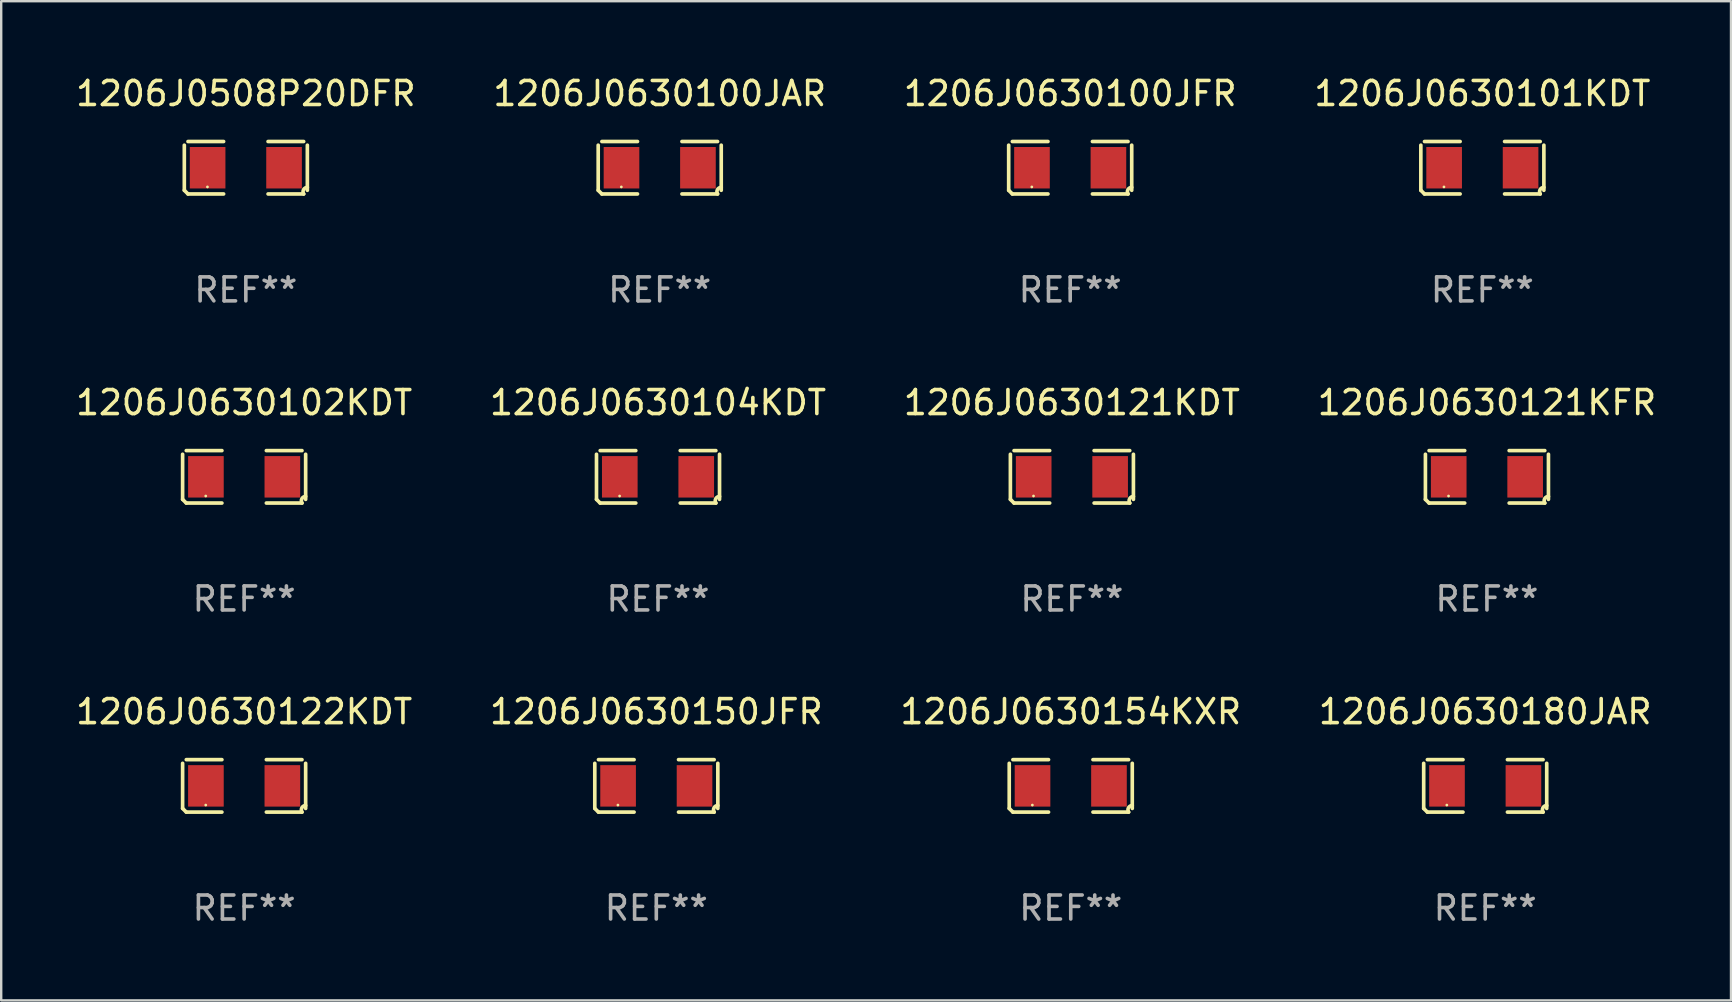
<source format=kicad_pcb>
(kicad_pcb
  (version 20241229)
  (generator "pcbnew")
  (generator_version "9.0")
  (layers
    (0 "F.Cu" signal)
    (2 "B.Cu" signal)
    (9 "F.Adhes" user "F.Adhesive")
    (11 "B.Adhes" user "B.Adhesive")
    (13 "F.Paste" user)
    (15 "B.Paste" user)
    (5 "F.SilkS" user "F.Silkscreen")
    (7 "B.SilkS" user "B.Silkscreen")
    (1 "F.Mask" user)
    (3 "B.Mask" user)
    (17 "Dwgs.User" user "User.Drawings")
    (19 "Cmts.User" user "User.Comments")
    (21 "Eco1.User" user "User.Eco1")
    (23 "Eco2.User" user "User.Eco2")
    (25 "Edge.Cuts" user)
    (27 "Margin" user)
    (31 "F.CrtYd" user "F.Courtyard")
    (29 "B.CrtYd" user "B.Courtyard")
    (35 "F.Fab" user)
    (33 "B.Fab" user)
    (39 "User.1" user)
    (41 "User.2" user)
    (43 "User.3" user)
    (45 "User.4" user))
  (footprint "1206J0630101KDT"
    (layer "F.Cu")
    (at 58.732 3.941)
    (property "Reference" "1206J0630101KDT" (at 0 -3.093 0) (layer "F.SilkS") (effects (font (size 1 1) (thickness 0.15))))
    (attr through_hole)
    (fp_line (start -2.564 0.94) (end -2.564 -0.94) (stroke (width 0.152) (type solid)) (layer "F.SilkS"))
    (fp_line (start -2.411 -1.093) (end -0.926 -1.093) (stroke (width 0.152) (type solid)) (layer "F.SilkS"))
    (fp_line (start -0.926 1.093) (end -2.411 1.093) (stroke (width 0.152) (type solid)) (layer "F.SilkS"))
    (fp_line (start 0.926 1.093) (end 2.411 1.093) (stroke (width 0.152) (type solid)) (layer "F.SilkS"))
    (fp_line (start 2.411 -1.093) (end 0.926 -1.093) (stroke (width 0.152) (type solid)) (layer "F.SilkS"))
    (fp_line (start 2.564 0.94) (end 2.564 -0.94) (stroke (width 0.152) (type solid)) (layer "F.SilkS"))
    (fp_arc (start -2.411201 1.092609) (mid -2.487413 1.01642) (end -2.563602 0.940208) (stroke (width 0.1524) (type solid)) (layer "F.SilkS"))
    (fp_arc (start 2.411201 1.092609) (mid 2.407159 0.911226) (end 2.563602 0.819347) (stroke (width 0.1524) (type solid)) (layer "F.SilkS"))
    (fp_circle (center -1.6 0.8) (end -1.57 0.8) (stroke (width 0.06) (type solid)) (fill no) (layer "F.SilkS"))
    (fp_text user "REF**" (at 0 5.093 0) (layer "F.Fab") (effects (font (size 1 1) (thickness 0.15))))
    (pad "1" smd rect (at -1.593 0) (size 1.485 1.728) (layers "F.Cu" "F.Mask" "F.Paste"))
    (pad "2" smd rect (at 1.593 0) (size 1.485 1.728) (layers "F.Cu" "F.Mask" "F.Paste")))
  (footprint "1206J0630104KDT"
    (layer "F.Cu")
    (at 24.375 16.823)
    (property "Reference" "1206J0630104KDT" (at 0 -3.093 0) (layer "F.SilkS") (effects (font (size 1 1) (thickness 0.15))))
    (attr through_hole)
    (fp_line (start -2.564 0.94) (end -2.564 -0.94) (stroke (width 0.152) (type solid)) (layer "F.SilkS"))
    (fp_line (start -2.411 -1.093) (end -0.926 -1.093) (stroke (width 0.152) (type solid)) (layer "F.SilkS"))
    (fp_line (start -0.926 1.093) (end -2.411 1.093) (stroke (width 0.152) (type solid)) (layer "F.SilkS"))
    (fp_line (start 0.926 1.093) (end 2.411 1.093) (stroke (width 0.152) (type solid)) (layer "F.SilkS"))
    (fp_line (start 2.411 -1.093) (end 0.926 -1.093) (stroke (width 0.152) (type solid)) (layer "F.SilkS"))
    (fp_line (start 2.564 0.94) (end 2.564 -0.94) (stroke (width 0.152) (type solid)) (layer "F.SilkS"))
    (fp_arc (start -2.411201 1.092609) (mid -2.487413 1.01642) (end -2.563602 0.940208) (stroke (width 0.1524) (type solid)) (layer "F.SilkS"))
    (fp_arc (start 2.411201 1.092609) (mid 2.407159 0.911226) (end 2.563602 0.819347) (stroke (width 0.1524) (type solid)) (layer "F.SilkS"))
    (fp_circle (center -1.6 0.8) (end -1.57 0.8) (stroke (width 0.06) (type solid)) (fill no) (layer "F.SilkS"))
    (fp_text user "REF**" (at 0 5.093 0) (layer "F.Fab") (effects (font (size 1 1) (thickness 0.15))))
    (pad "1" smd rect (at -1.593 0) (size 1.485 1.728) (layers "F.Cu" "F.Mask" "F.Paste"))
    (pad "2" smd rect (at 1.593 0) (size 1.485 1.728) (layers "F.Cu" "F.Mask" "F.Paste")))
  (footprint "1206J0630121KDT"
    (layer "F.Cu")
    (at 41.625 16.823)
    (property "Reference" "1206J0630121KDT" (at 0 -3.093 0) (layer "F.SilkS") (effects (font (size 1 1) (thickness 0.15))))
    (attr through_hole)
    (fp_line (start -2.564 0.94) (end -2.564 -0.94) (stroke (width 0.152) (type solid)) (layer "F.SilkS"))
    (fp_line (start -2.411 -1.093) (end -0.926 -1.093) (stroke (width 0.152) (type solid)) (layer "F.SilkS"))
    (fp_line (start -0.926 1.093) (end -2.411 1.093) (stroke (width 0.152) (type solid)) (layer "F.SilkS"))
    (fp_line (start 0.926 1.093) (end 2.411 1.093) (stroke (width 0.152) (type solid)) (layer "F.SilkS"))
    (fp_line (start 2.411 -1.093) (end 0.926 -1.093) (stroke (width 0.152) (type solid)) (layer "F.SilkS"))
    (fp_line (start 2.564 0.94) (end 2.564 -0.94) (stroke (width 0.152) (type solid)) (layer "F.SilkS"))
    (fp_arc (start -2.411201 1.092609) (mid -2.487413 1.01642) (end -2.563602 0.940208) (stroke (width 0.1524) (type solid)) (layer "F.SilkS"))
    (fp_arc (start 2.411201 1.092609) (mid 2.407159 0.911226) (end 2.563602 0.819347) (stroke (width 0.1524) (type solid)) (layer "F.SilkS"))
    (fp_circle (center -1.6 0.8) (end -1.57 0.8) (stroke (width 0.06) (type solid)) (fill no) (layer "F.SilkS"))
    (fp_text user "REF**" (at 0 5.093 0) (layer "F.Fab") (effects (font (size 1 1) (thickness 0.15))))
    (pad "1" smd rect (at -1.593 0) (size 1.485 1.728) (layers "F.Cu" "F.Mask" "F.Paste"))
    (pad "2" smd rect (at 1.593 0) (size 1.485 1.728) (layers "F.Cu" "F.Mask" "F.Paste")))
  (footprint "1206J0630100JAR"
    (layer "F.Cu")
    (at 24.446 3.941)
    (property "Reference" "1206J0630100JAR" (at 0 -3.093 0) (layer "F.SilkS") (effects (font (size 1 1) (thickness 0.15))))
    (attr through_hole)
    (fp_line (start -2.564 0.94) (end -2.564 -0.94) (stroke (width 0.152) (type solid)) (layer "F.SilkS"))
    (fp_line (start -2.411 -1.093) (end -0.926 -1.093) (stroke (width 0.152) (type solid)) (layer "F.SilkS"))
    (fp_line (start -0.926 1.093) (end -2.411 1.093) (stroke (width 0.152) (type solid)) (layer "F.SilkS"))
    (fp_line (start 0.926 1.093) (end 2.411 1.093) (stroke (width 0.152) (type solid)) (layer "F.SilkS"))
    (fp_line (start 2.411 -1.093) (end 0.926 -1.093) (stroke (width 0.152) (type solid)) (layer "F.SilkS"))
    (fp_line (start 2.564 0.94) (end 2.564 -0.94) (stroke (width 0.152) (type solid)) (layer "F.SilkS"))
    (fp_arc (start -2.411201 1.092609) (mid -2.487413 1.01642) (end -2.563602 0.940208) (stroke (width 0.1524) (type solid)) (layer "F.SilkS"))
    (fp_arc (start 2.411201 1.092609) (mid 2.407159 0.911226) (end 2.563602 0.819347) (stroke (width 0.1524) (type solid)) (layer "F.SilkS"))
    (fp_circle (center -1.6 0.8) (end -1.57 0.8) (stroke (width 0.06) (type solid)) (fill no) (layer "F.SilkS"))
    (fp_text user "REF**" (at 0 5.093 0) (layer "F.Fab") (effects (font (size 1 1) (thickness 0.15))))
    (pad "1" smd rect (at -1.593 0) (size 1.485 1.728) (layers "F.Cu" "F.Mask" "F.Paste"))
    (pad "2" smd rect (at 1.593 0) (size 1.485 1.728) (layers "F.Cu" "F.Mask" "F.Paste")))
  (footprint "1206J0630121KFR"
    (layer "F.Cu")
    (at 58.923 16.823)
    (property "Reference" "1206J0630121KFR" (at 0 -3.093 0) (layer "F.SilkS") (effects (font (size 1 1) (thickness 0.15))))
    (attr through_hole)
    (fp_line (start -2.564 0.94) (end -2.564 -0.94) (stroke (width 0.152) (type solid)) (layer "F.SilkS"))
    (fp_line (start -2.411 -1.093) (end -0.926 -1.093) (stroke (width 0.152) (type solid)) (layer "F.SilkS"))
    (fp_line (start -0.926 1.093) (end -2.411 1.093) (stroke (width 0.152) (type solid)) (layer "F.SilkS"))
    (fp_line (start 0.926 1.093) (end 2.411 1.093) (stroke (width 0.152) (type solid)) (layer "F.SilkS"))
    (fp_line (start 2.411 -1.093) (end 0.926 -1.093) (stroke (width 0.152) (type solid)) (layer "F.SilkS"))
    (fp_line (start 2.564 0.94) (end 2.564 -0.94) (stroke (width 0.152) (type solid)) (layer "F.SilkS"))
    (fp_arc (start -2.411201 1.092609) (mid -2.487413 1.01642) (end -2.563602 0.940208) (stroke (width 0.1524) (type solid)) (layer "F.SilkS"))
    (fp_arc (start 2.411201 1.092609) (mid 2.407159 0.911226) (end 2.563602 0.819347) (stroke (width 0.1524) (type solid)) (layer "F.SilkS"))
    (fp_circle (center -1.6 0.8) (end -1.57 0.8) (stroke (width 0.06) (type solid)) (fill no) (layer "F.SilkS"))
    (fp_text user "REF**" (at 0 5.093 0) (layer "F.Fab") (effects (font (size 1 1) (thickness 0.15))))
    (pad "1" smd rect (at -1.593 0) (size 1.485 1.728) (layers "F.Cu" "F.Mask" "F.Paste"))
    (pad "2" smd rect (at 1.593 0) (size 1.485 1.728) (layers "F.Cu" "F.Mask" "F.Paste")))
  (footprint "1206J0630150JFR"
    (layer "F.Cu")
    (at 24.304 29.704)
    (property "Reference" "1206J0630150JFR" (at 0 -3.093 0) (layer "F.SilkS") (effects (font (size 1 1) (thickness 0.15))))
    (attr through_hole)
    (fp_line (start -2.564 0.94) (end -2.564 -0.94) (stroke (width 0.152) (type solid)) (layer "F.SilkS"))
    (fp_line (start -2.411 -1.093) (end -0.926 -1.093) (stroke (width 0.152) (type solid)) (layer "F.SilkS"))
    (fp_line (start -0.926 1.093) (end -2.411 1.093) (stroke (width 0.152) (type solid)) (layer "F.SilkS"))
    (fp_line (start 0.926 1.093) (end 2.411 1.093) (stroke (width 0.152) (type solid)) (layer "F.SilkS"))
    (fp_line (start 2.411 -1.093) (end 0.926 -1.093) (stroke (width 0.152) (type solid)) (layer "F.SilkS"))
    (fp_line (start 2.564 0.94) (end 2.564 -0.94) (stroke (width 0.152) (type solid)) (layer "F.SilkS"))
    (fp_arc (start -2.411201 1.092609) (mid -2.487413 1.01642) (end -2.563602 0.940208) (stroke (width 0.1524) (type solid)) (layer "F.SilkS"))
    (fp_arc (start 2.411201 1.092609) (mid 2.407159 0.911226) (end 2.563602 0.819347) (stroke (width 0.1524) (type solid)) (layer "F.SilkS"))
    (fp_circle (center -1.6 0.8) (end -1.57 0.8) (stroke (width 0.06) (type solid)) (fill no) (layer "F.SilkS"))
    (fp_text user "REF**" (at 0 5.093 0) (layer "F.Fab") (effects (font (size 1 1) (thickness 0.15))))
    (pad "1" smd rect (at -1.593 0) (size 1.485 1.728) (layers "F.Cu" "F.Mask" "F.Paste"))
    (pad "2" smd rect (at 1.593 0) (size 1.485 1.728) (layers "F.Cu" "F.Mask" "F.Paste")))
  (footprint "1206J0630100JFR"
    (layer "F.Cu")
    (at 41.554 3.941)
    (property "Reference" "1206J0630100JFR" (at 0 -3.093 0) (layer "F.SilkS") (effects (font (size 1 1) (thickness 0.15))))
    (attr through_hole)
    (fp_line (start -2.564 0.94) (end -2.564 -0.94) (stroke (width 0.152) (type solid)) (layer "F.SilkS"))
    (fp_line (start -2.411 -1.093) (end -0.926 -1.093) (stroke (width 0.152) (type solid)) (layer "F.SilkS"))
    (fp_line (start -0.926 1.093) (end -2.411 1.093) (stroke (width 0.152) (type solid)) (layer "F.SilkS"))
    (fp_line (start 0.926 1.093) (end 2.411 1.093) (stroke (width 0.152) (type solid)) (layer "F.SilkS"))
    (fp_line (start 2.411 -1.093) (end 0.926 -1.093) (stroke (width 0.152) (type solid)) (layer "F.SilkS"))
    (fp_line (start 2.564 0.94) (end 2.564 -0.94) (stroke (width 0.152) (type solid)) (layer "F.SilkS"))
    (fp_arc (start -2.411201 1.092609) (mid -2.487413 1.01642) (end -2.563602 0.940208) (stroke (width 0.1524) (type solid)) (layer "F.SilkS"))
    (fp_arc (start 2.411201 1.092609) (mid 2.407159 0.911226) (end 2.563602 0.819347) (stroke (width 0.1524) (type solid)) (layer "F.SilkS"))
    (fp_circle (center -1.6 0.8) (end -1.57 0.8) (stroke (width 0.06) (type solid)) (fill no) (layer "F.SilkS"))
    (fp_text user "REF**" (at 0 5.093 0) (layer "F.Fab") (effects (font (size 1 1) (thickness 0.15))))
    (pad "1" smd rect (at -1.593 0) (size 1.485 1.728) (layers "F.Cu" "F.Mask" "F.Paste"))
    (pad "2" smd rect (at 1.593 0) (size 1.485 1.728) (layers "F.Cu" "F.Mask" "F.Paste")))
  (footprint "1206J0508P20DFR"
    (layer "F.Cu")
    (at 7.196 3.941)
    (property "Reference" "1206J0508P20DFR" (at 0 -3.093 0) (layer "F.SilkS") (effects (font (size 1 1) (thickness 0.15))))
    (attr through_hole)
    (fp_line (start -2.564 0.94) (end -2.564 -0.94) (stroke (width 0.152) (type solid)) (layer "F.SilkS"))
    (fp_line (start -2.411 -1.093) (end -0.926 -1.093) (stroke (width 0.152) (type solid)) (layer "F.SilkS"))
    (fp_line (start -0.926 1.093) (end -2.411 1.093) (stroke (width 0.152) (type solid)) (layer "F.SilkS"))
    (fp_line (start 0.926 1.093) (end 2.411 1.093) (stroke (width 0.152) (type solid)) (layer "F.SilkS"))
    (fp_line (start 2.411 -1.093) (end 0.926 -1.093) (stroke (width 0.152) (type solid)) (layer "F.SilkS"))
    (fp_line (start 2.564 0.94) (end 2.564 -0.94) (stroke (width 0.152) (type solid)) (layer "F.SilkS"))
    (fp_arc (start -2.411201 1.092609) (mid -2.487413 1.01642) (end -2.563602 0.940208) (stroke (width 0.1524) (type solid)) (layer "F.SilkS"))
    (fp_arc (start 2.411201 1.092609) (mid 2.407159 0.911226) (end 2.563602 0.819347) (stroke (width 0.1524) (type solid)) (layer "F.SilkS"))
    (fp_circle (center -1.6 0.8) (end -1.57 0.8) (stroke (width 0.06) (type solid)) (fill no) (layer "F.SilkS"))
    (fp_text user "REF**" (at 0 5.093 0) (layer "F.Fab") (effects (font (size 1 1) (thickness 0.15))))
    (pad "1" smd rect (at -1.593 0) (size 1.485 1.728) (layers "F.Cu" "F.Mask" "F.Paste"))
    (pad "2" smd rect (at 1.593 0) (size 1.485 1.728) (layers "F.Cu" "F.Mask" "F.Paste")))
  (footprint "1206J0630180JAR"
    (layer "F.Cu")
    (at 58.851 29.704)
    (property "Reference" "1206J0630180JAR" (at 0 -3.093 0) (layer "F.SilkS") (effects (font (size 1 1) (thickness 0.15))))
    (attr through_hole)
    (fp_line (start -2.564 0.94) (end -2.564 -0.94) (stroke (width 0.152) (type solid)) (layer "F.SilkS"))
    (fp_line (start -2.411 -1.093) (end -0.926 -1.093) (stroke (width 0.152) (type solid)) (layer "F.SilkS"))
    (fp_line (start -0.926 1.093) (end -2.411 1.093) (stroke (width 0.152) (type solid)) (layer "F.SilkS"))
    (fp_line (start 0.926 1.093) (end 2.411 1.093) (stroke (width 0.152) (type solid)) (layer "F.SilkS"))
    (fp_line (start 2.411 -1.093) (end 0.926 -1.093) (stroke (width 0.152) (type solid)) (layer "F.SilkS"))
    (fp_line (start 2.564 0.94) (end 2.564 -0.94) (stroke (width 0.152) (type solid)) (layer "F.SilkS"))
    (fp_arc (start -2.411201 1.092609) (mid -2.487413 1.01642) (end -2.563602 0.940208) (stroke (width 0.1524) (type solid)) (layer "F.SilkS"))
    (fp_arc (start 2.411201 1.092609) (mid 2.407159 0.911226) (end 2.563602 0.819347) (stroke (width 0.1524) (type solid)) (layer "F.SilkS"))
    (fp_circle (center -1.6 0.8) (end -1.57 0.8) (stroke (width 0.06) (type solid)) (fill no) (layer "F.SilkS"))
    (fp_text user "REF**" (at 0 5.093 0) (layer "F.Fab") (effects (font (size 1 1) (thickness 0.15))))
    (pad "1" smd rect (at -1.593 0) (size 1.485 1.728) (layers "F.Cu" "F.Mask" "F.Paste"))
    (pad "2" smd rect (at 1.593 0) (size 1.485 1.728) (layers "F.Cu" "F.Mask" "F.Paste")))
  (footprint "1206J0630102KDT"
    (layer "F.Cu")
    (at 7.125 16.823)
    (property "Reference" "1206J0630102KDT" (at 0 -3.093 0) (layer "F.SilkS") (effects (font (size 1 1) (thickness 0.15))))
    (attr through_hole)
    (fp_line (start -2.564 0.94) (end -2.564 -0.94) (stroke (width 0.152) (type solid)) (layer "F.SilkS"))
    (fp_line (start -2.411 -1.093) (end -0.926 -1.093) (stroke (width 0.152) (type solid)) (layer "F.SilkS"))
    (fp_line (start -0.926 1.093) (end -2.411 1.093) (stroke (width 0.152) (type solid)) (layer "F.SilkS"))
    (fp_line (start 0.926 1.093) (end 2.411 1.093) (stroke (width 0.152) (type solid)) (layer "F.SilkS"))
    (fp_line (start 2.411 -1.093) (end 0.926 -1.093) (stroke (width 0.152) (type solid)) (layer "F.SilkS"))
    (fp_line (start 2.564 0.94) (end 2.564 -0.94) (stroke (width 0.152) (type solid)) (layer "F.SilkS"))
    (fp_arc (start -2.411201 1.092609) (mid -2.487413 1.01642) (end -2.563602 0.940208) (stroke (width 0.1524) (type solid)) (layer "F.SilkS"))
    (fp_arc (start 2.411201 1.092609) (mid 2.407159 0.911226) (end 2.563602 0.819347) (stroke (width 0.1524) (type solid)) (layer "F.SilkS"))
    (fp_circle (center -1.6 0.8) (end -1.57 0.8) (stroke (width 0.06) (type solid)) (fill no) (layer "F.SilkS"))
    (fp_text user "REF**" (at 0 5.093 0) (layer "F.Fab") (effects (font (size 1 1) (thickness 0.15))))
    (pad "1" smd rect (at -1.593 0) (size 1.485 1.728) (layers "F.Cu" "F.Mask" "F.Paste"))
    (pad "2" smd rect (at 1.593 0) (size 1.485 1.728) (layers "F.Cu" "F.Mask" "F.Paste")))
  (footprint "1206J0630154KXR"
    (layer "F.Cu")
    (at 41.577 29.704)
    (property "Reference" "1206J0630154KXR" (at 0 -3.093 0) (layer "F.SilkS") (effects (font (size 1 1) (thickness 0.15))))
    (attr through_hole)
    (fp_line (start -2.564 0.94) (end -2.564 -0.94) (stroke (width 0.152) (type solid)) (layer "F.SilkS"))
    (fp_line (start -2.411 -1.093) (end -0.926 -1.093) (stroke (width 0.152) (type solid)) (layer "F.SilkS"))
    (fp_line (start -0.926 1.093) (end -2.411 1.093) (stroke (width 0.152) (type solid)) (layer "F.SilkS"))
    (fp_line (start 0.926 1.093) (end 2.411 1.093) (stroke (width 0.152) (type solid)) (layer "F.SilkS"))
    (fp_line (start 2.411 -1.093) (end 0.926 -1.093) (stroke (width 0.152) (type solid)) (layer "F.SilkS"))
    (fp_line (start 2.564 0.94) (end 2.564 -0.94) (stroke (width 0.152) (type solid)) (layer "F.SilkS"))
    (fp_arc (start -2.411201 1.092609) (mid -2.487413 1.01642) (end -2.563602 0.940208) (stroke (width 0.1524) (type solid)) (layer "F.SilkS"))
    (fp_arc (start 2.411201 1.092609) (mid 2.407159 0.911226) (end 2.563602 0.819347) (stroke (width 0.1524) (type solid)) (layer "F.SilkS"))
    (fp_circle (center -1.6 0.8) (end -1.57 0.8) (stroke (width 0.06) (type solid)) (fill no) (layer "F.SilkS"))
    (fp_text user "REF**" (at 0 5.093 0) (layer "F.Fab") (effects (font (size 1 1) (thickness 0.15))))
    (pad "1" smd rect (at -1.593 0) (size 1.485 1.728) (layers "F.Cu" "F.Mask" "F.Paste"))
    (pad "2" smd rect (at 1.593 0) (size 1.485 1.728) (layers "F.Cu" "F.Mask" "F.Paste")))
  (footprint "1206J0630122KDT"
    (layer "F.Cu")
    (at 7.125 29.704)
    (property "Reference" "1206J0630122KDT" (at 0 -3.093 0) (layer "F.SilkS") (effects (font (size 1 1) (thickness 0.15))))
    (attr through_hole)
    (fp_line (start -2.564 0.94) (end -2.564 -0.94) (stroke (width 0.152) (type solid)) (layer "F.SilkS"))
    (fp_line (start -2.411 -1.093) (end -0.926 -1.093) (stroke (width 0.152) (type solid)) (layer "F.SilkS"))
    (fp_line (start -0.926 1.093) (end -2.411 1.093) (stroke (width 0.152) (type solid)) (layer "F.SilkS"))
    (fp_line (start 0.926 1.093) (end 2.411 1.093) (stroke (width 0.152) (type solid)) (layer "F.SilkS"))
    (fp_line (start 2.411 -1.093) (end 0.926 -1.093) (stroke (width 0.152) (type solid)) (layer "F.SilkS"))
    (fp_line (start 2.564 0.94) (end 2.564 -0.94) (stroke (width 0.152) (type solid)) (layer "F.SilkS"))
    (fp_arc (start -2.411201 1.092609) (mid -2.487413 1.01642) (end -2.563602 0.940208) (stroke (width 0.1524) (type solid)) (layer "F.SilkS"))
    (fp_arc (start 2.411201 1.092609) (mid 2.407159 0.911226) (end 2.563602 0.819347) (stroke (width 0.1524) (type solid)) (layer "F.SilkS"))
    (fp_circle (center -1.6 0.8) (end -1.57 0.8) (stroke (width 0.06) (type solid)) (fill no) (layer "F.SilkS"))
    (fp_text user "REF**" (at 0 5.093 0) (layer "F.Fab") (effects (font (size 1 1) (thickness 0.15))))
    (pad "1" smd rect (at -1.593 0) (size 1.485 1.728) (layers "F.Cu" "F.Mask" "F.Paste"))
    (pad "2" smd rect (at 1.593 0) (size 1.485 1.728) (layers "F.Cu" "F.Mask" "F.Paste")))
  (gr_rect
    (start -3 -3)
    (end 69.095 38.645)
    (stroke (width 0.1) (type default))
    (fill no)
    (layer "Edge.Cuts")))
</source>
